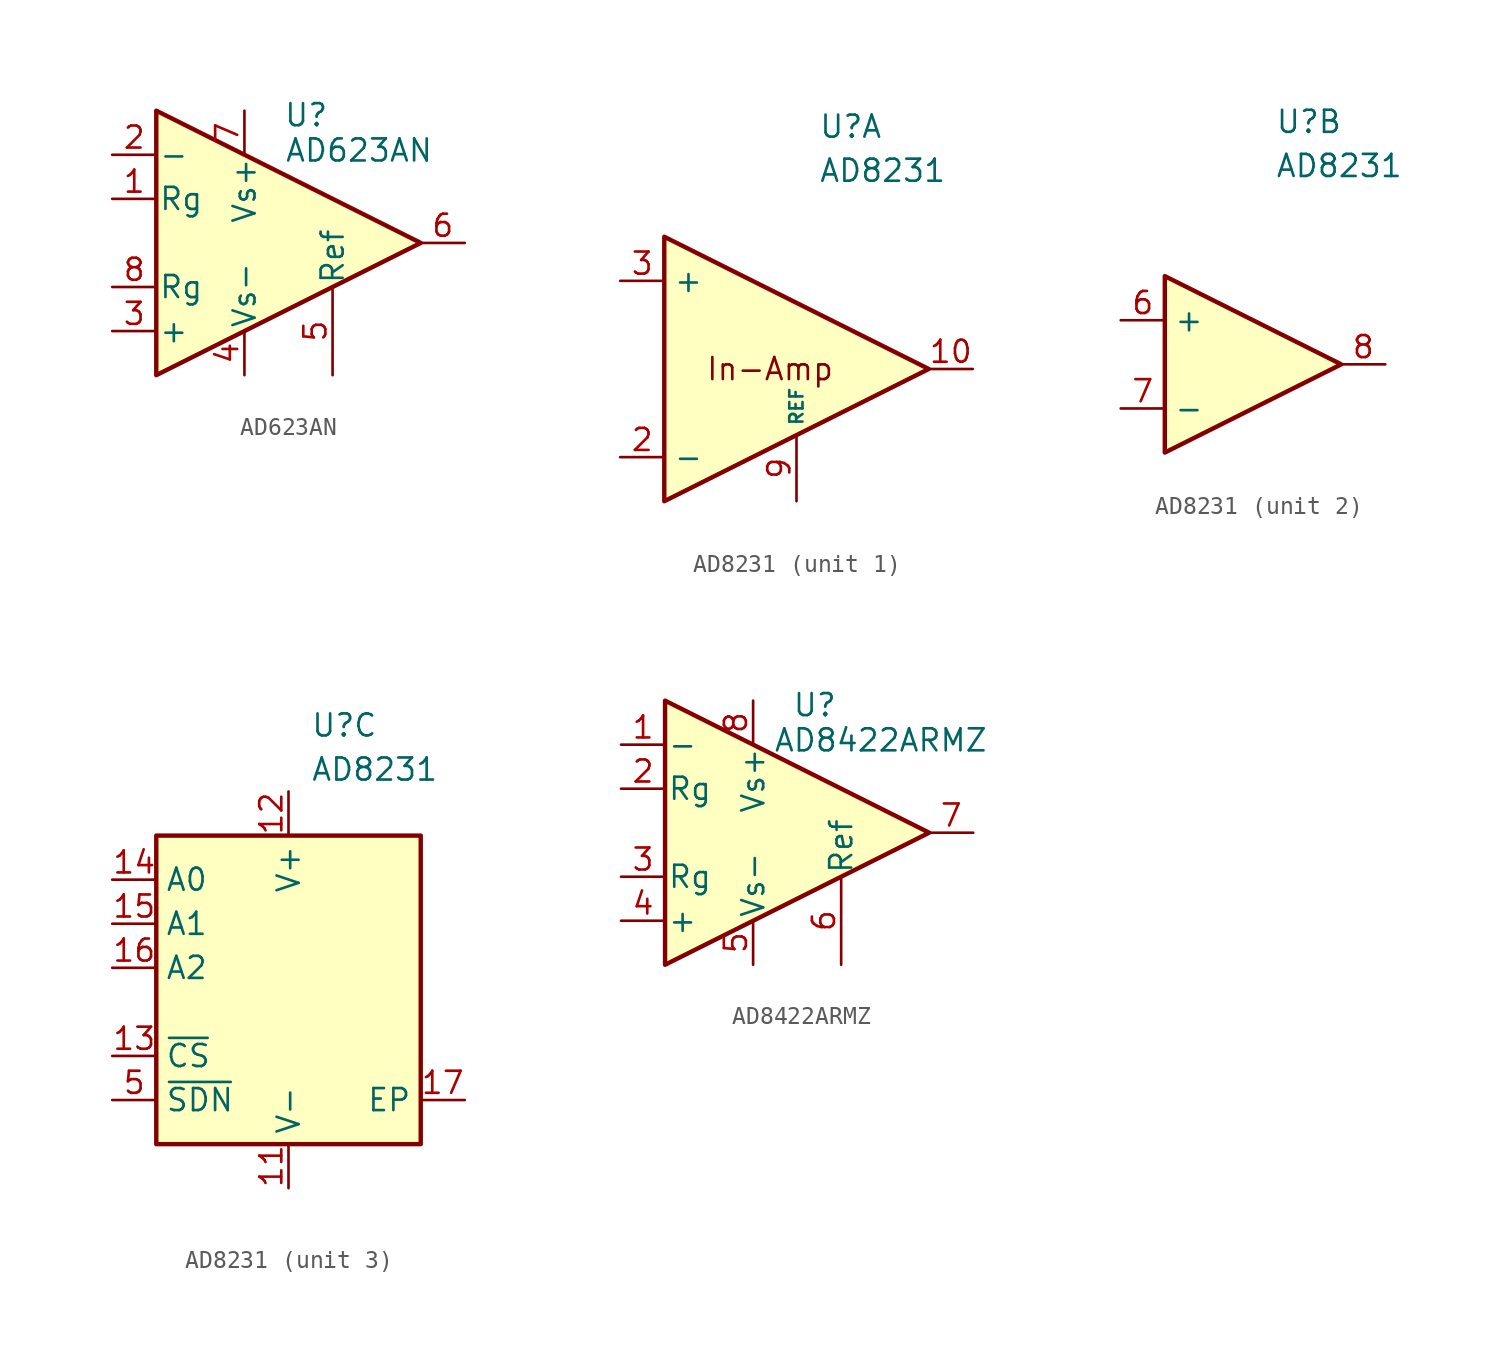
<source format=kicad_sym>
(kicad_symbol_lib
  (version 20241209)
  (generator "kicad_symbol_editor")
  (generator_version "9.0")
  (symbol "AD623AN"
    (pin_names
      (offset 0.127))
    (property "Reference" "U"
      (at 3.556 7.366 0)
      (effects (font (size 1.27 1.27))))
    (property "Value" "AD623AN"
      (at 6.604 5.334 0)
      (effects (font (size 1.27 1.27))))
    (symbol "AD623AN_0_1"
      (polyline (pts (xy -5.08 7.62) (xy -5.08 -7.62) (xy 10.16 0) (xy -5.08 7.62)) (stroke (width 0.254) (type default)) (fill (type background))))
    (symbol "AD623AN_1_1"
      (pin input line (at -7.62 5.08 0) (length 2.54) (name "-" (effects (font (size 1.27 1.27)))) (number "2" (effects (font (size 1.27 1.27)))))
      (pin passive line (at -7.62 2.54 0) (length 2.54) (name "Rg" (effects (font (size 1.27 1.27)))) (number "1" (effects (font (size 1.27 1.27)))))
      (pin passive line (at -7.62 -2.54 0) (length 2.54) (name "Rg" (effects (font (size 1.27 1.27)))) (number "8" (effects (font (size 1.27 1.27)))))
      (pin input line (at -7.62 -5.08 0) (length 2.54) (name "+" (effects (font (size 1.27 1.27)))) (number "3" (effects (font (size 1.27 1.27)))))
      (pin power_in line (at 0 7.62 270) (length 2.54) (name "Vs+" (effects (font (size 1.27 1.27)))) (number "7" (effects (font (size 1.27 1.27)))))
      (pin power_in line (at 0 -7.62 90) (length 2.54) (name "Vs-" (effects (font (size 1.27 1.27)))) (number "4" (effects (font (size 1.27 1.27)))))
      (pin passive line (at 5.08 -7.62 90) (length 5.08) (name "Ref" (effects (font (size 1.27 1.27)))) (number "5" (effects (font (size 1.27 1.27)))))
      (pin output line (at 12.7 0 180) (length 2.54) (name "~" (effects (font (size 1.27 1.27)))) (number "6" (effects (font (size 1.27 1.27)))))))
  (symbol "AD8231"
    (property "Reference" "U"
      (at 1.27 13.97 0)
      (effects (font (size 1.27 1.27)) (justify left)))
    (property "Value" "AD8231"
      (at 1.27 11.43 0)
      (effects (font (size 1.27 1.27)) (justify left)))
    (property "ki_locked" ""
      (at 0 0 0)
      (effects (font (size 1.27 1.27))))
    (symbol "AD8231_1_0"
      (pin input line (at -10.16 5.08 0) (length 2.54) (name "+" (effects (font (size 1.27 1.27)))) (number "3" (effects (font (size 1.27 1.27)))))
      (pin input line (at -10.16 -5.08 0) (length 2.54) (name "-" (effects (font (size 1.27 1.27)))) (number "2" (effects (font (size 1.27 1.27)))))
      (pin output line (at 10.16 0 180) (length 2.54) (name "" (effects (font (size 1.27 1.27)))) (number "10" (effects (font (size 1.27 1.27))))))
    (symbol "AD8231_1_1"
      (polyline (pts (xy -7.62 7.62) (xy 7.62 0) (xy -7.62 -7.62) (xy -7.62 7.62)) (stroke (width 0.254) (type default)) (fill (type background)))
      (text "In-Amp" (at -1.524 0 0) (effects (font (size 1.27 1.27))))
      (pin input line (at 0 -7.62 90) (length 3.8) (name "REF" (effects (font (size 0.762 0.762)))) (number "9" (effects (font (size 1.27 1.27))))))
    (symbol "AD8231_2_0"
      (pin input line (at -7.62 2.54 0) (length 2.54) (name "+" (effects (font (size 1.27 1.27)))) (number "6" (effects (font (size 1.27 1.27)))))
      (pin input line (at -7.62 -2.54 0) (length 2.54) (name "-" (effects (font (size 1.27 1.27)))) (number "7" (effects (font (size 1.27 1.27)))))
      (pin output line (at 7.62 0 180) (length 2.54) (name "" (effects (font (size 1.27 1.27)))) (number "8" (effects (font (size 1.27 1.27))))))
    (symbol "AD8231_2_1"
      (polyline (pts (xy -5.08 -5.08) (xy -5.08 5.08) (xy 5.08 0) (xy -5.08 -5.08)) (stroke (width 0.254) (type default)) (fill (type background))))
    (symbol "AD8231_3_0"
      (pin input line (at -10.16 5.08 0) (length 2.54) (name "A0" (effects (font (size 1.27 1.27)))) (number "14" (effects (font (size 1.27 1.27)))))
      (pin input line (at -10.16 2.54 0) (length 2.54) (name "A1" (effects (font (size 1.27 1.27)))) (number "15" (effects (font (size 1.27 1.27)))))
      (pin input line (at -10.16 0 0) (length 2.54) (name "A2" (effects (font (size 1.27 1.27)))) (number "16" (effects (font (size 1.27 1.27)))))
      (pin input line (at -10.16 -5.08 0) (length 2.54) (name "~{CS}" (effects (font (size 1.27 1.27)))) (number "13" (effects (font (size 1.27 1.27)))))
      (pin input line (at -10.16 -7.62 0) (length 2.54) (name "~{SDN}" (effects (font (size 1.27 1.27)))) (number "5" (effects (font (size 1.27 1.27)))))
      (pin power_in line (at 0 10.16 270) (length 2.54) (name "V+" (effects (font (size 1.27 1.27)))) (number "12" (effects (font (size 1.27 1.27)))))
      (pin power_in line (at 0 -12.7 90) (length 2.54) (name "V-" (effects (font (size 1.27 1.27)))) (number "11" (effects (font (size 1.27 1.27)))))
      (pin no_connect line (at 7.62 5.08 180) (length 2.54) (hide yes) (name "NC" (effects (font (size 1.27 1.27)))) (number "1" (effects (font (size 1.27 1.27)))))
      (pin no_connect line (at 7.62 2.54 180) (length 2.54) (hide yes) (name "NC" (effects (font (size 1.27 1.27)))) (number "4" (effects (font (size 1.27 1.27)))))
      (pin passive line (at 10.16 -7.62 180) (length 2.54) (name "EP" (effects (font (size 1.27 1.27)))) (number "17" (effects (font (size 1.27 1.27))))))
    (symbol "AD8231_3_1"
      (rectangle (start -7.62 7.62) (end 7.62 -10.16) (stroke (width 0.254) (type default)) (fill (type background)))))
  (symbol "AD8422ARMZ"
    (pin_names
      (offset 0.127))
    (property "Reference" "U"
      (at 3.556 7.366 0)
      (effects (font (size 1.27 1.27))))
    (property "Value" "AD8422ARMZ"
      (at 7.366 5.334 0)
      (effects (font (size 1.27 1.27))))
    (symbol "AD8422ARMZ_0_1"
      (polyline (pts (xy -5.08 7.62) (xy -5.08 -7.62) (xy 10.16 0) (xy -5.08 7.62)) (stroke (width 0.254) (type default)) (fill (type background))))
    (symbol "AD8422ARMZ_1_1"
      (pin input line (at -7.62 5.08 0) (length 2.54) (name "-" (effects (font (size 1.27 1.27)))) (number "1" (effects (font (size 1.27 1.27)))))
      (pin passive line (at -7.62 2.54 0) (length 2.54) (name "Rg" (effects (font (size 1.27 1.27)))) (number "2" (effects (font (size 1.27 1.27)))))
      (pin passive line (at -7.62 -2.54 0) (length 2.54) (name "Rg" (effects (font (size 1.27 1.27)))) (number "3" (effects (font (size 1.27 1.27)))))
      (pin input line (at -7.62 -5.08 0) (length 2.54) (name "+" (effects (font (size 1.27 1.27)))) (number "4" (effects (font (size 1.27 1.27)))))
      (pin power_in line (at 0 7.62 270) (length 2.54) (name "Vs+" (effects (font (size 1.27 1.27)))) (number "8" (effects (font (size 1.27 1.27)))))
      (pin power_in line (at 0 -7.62 90) (length 2.54) (name "Vs-" (effects (font (size 1.27 1.27)))) (number "5" (effects (font (size 1.27 1.27)))))
      (pin passive line (at 5.08 -7.62 90) (length 5.08) (name "Ref" (effects (font (size 1.27 1.27)))) (number "6" (effects (font (size 1.27 1.27)))))
      (pin output line (at 12.7 0 180) (length 2.54) (name "~" (effects (font (size 1.27 1.27)))) (number "7" (effects (font (size 1.27 1.27))))))))
</source>
